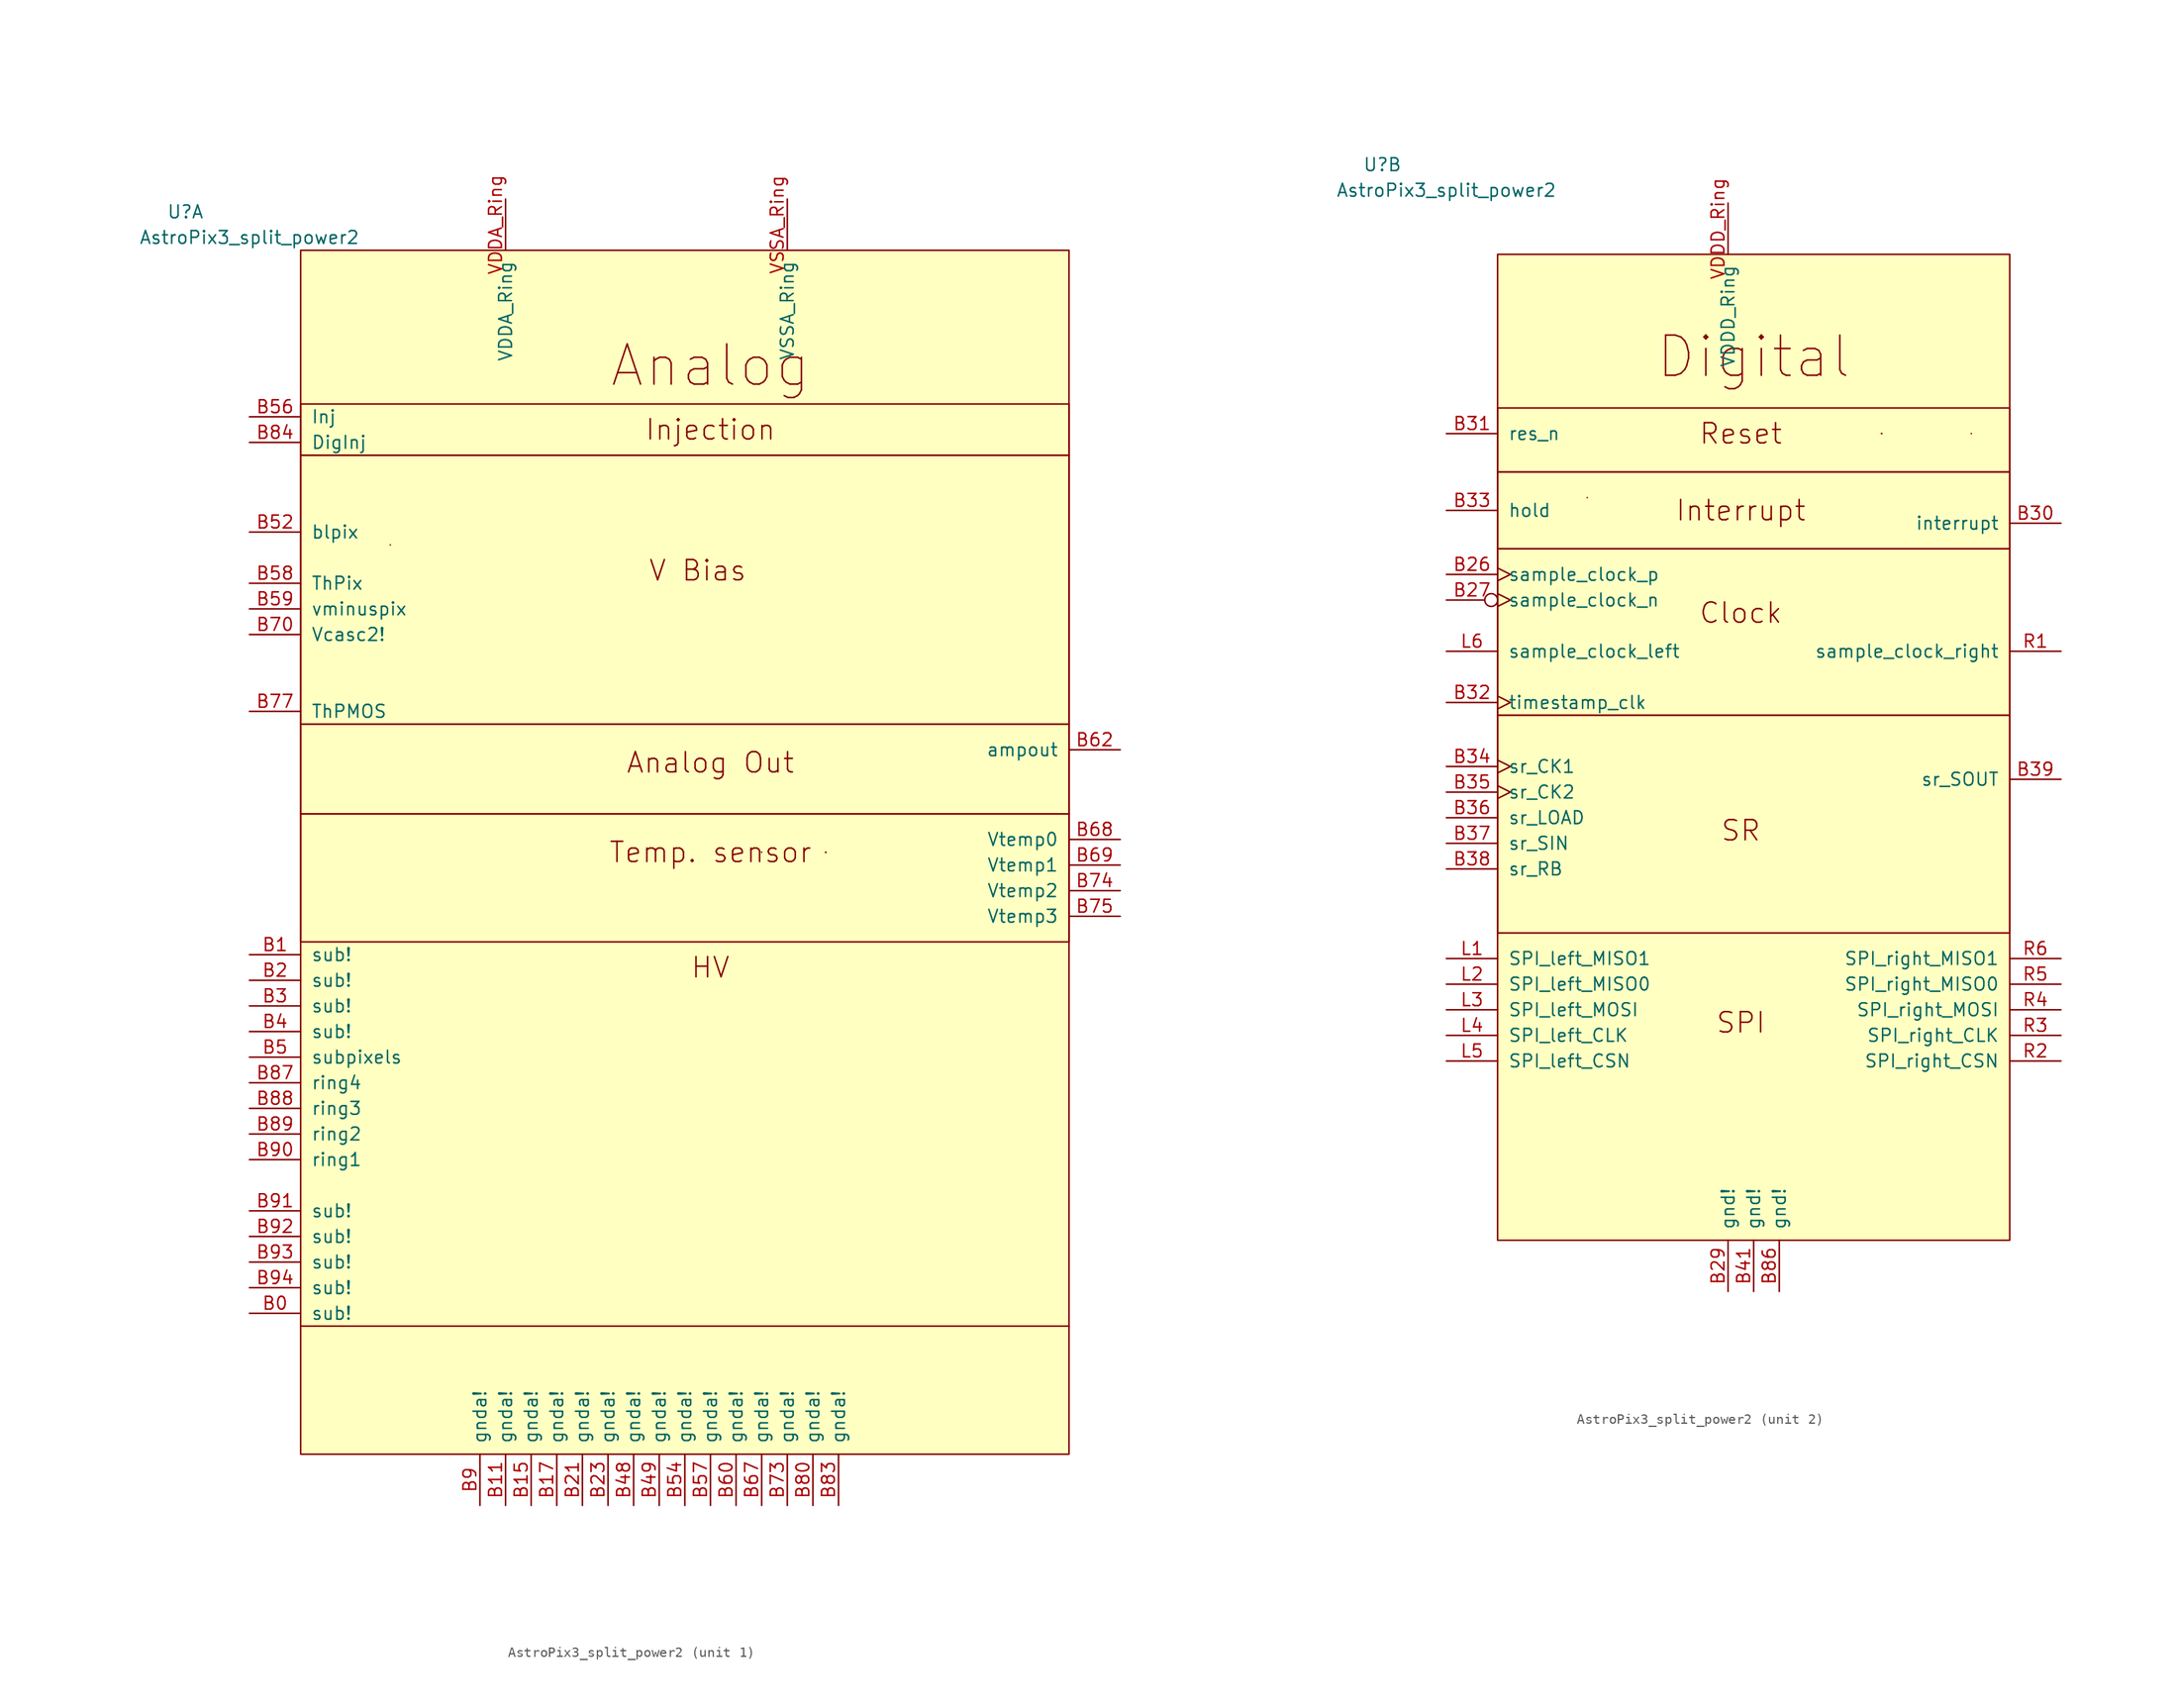
<source format=kicad_sym>
(kicad_symbol_lib
  (version 20220914)
  (generator kicad_symbol_editor)
  (symbol "AstroPix3_split_power2"
    (pin_names
      (offset 1.016))
    (property "Reference" "U"
      (at -36.83 40.64 0)
      (effects (font (size 1.27 1.27))))
    (property "Value" "AstroPix3_split_power2"
      (at -30.48 38.1 0)
      (effects (font (size 1.27 1.27))))
    (property "ki_locked" ""
      (at 0 0 0)
      (effects (font (size 1.27 1.27))))
    (symbol "AstroPix3_split_power2_0_1"
      (polyline (pts (xy -16.51 7.62) (xy -16.51 7.62)) (stroke (width 0) (type default)) (fill (type none))))
    (symbol "AstroPix3_split_power2_1_1"
      (rectangle (start -25.4 -19.05) (end 50.8 -31.75) (stroke (width 0) (type default)) (fill (type none)))
      (rectangle (start -25.4 -10.16) (end 50.8 -19.05) (stroke (width 0) (type default)) (fill (type none)))
      (rectangle (start -25.4 16.51) (end 50.8 -10.16) (stroke (width 0) (type default)) (fill (type none)))
      (rectangle (start -25.4 21.59) (end 50.8 16.51) (stroke (width 0) (type default)) (fill (type none)))
      (rectangle (start -25.4 36.83) (end 50.8 -82.55) (stroke (width 0) (type default)) (fill (type background)))
      (polyline (pts (xy -25.4 -69.85) (xy 50.8 -69.85)) (stroke (width 0) (type default)) (fill (type none)))
      (polyline (pts (xy 20.32 -22.86) (xy 20.32 -22.86)) (stroke (width 0) (type default)) (fill (type none)))
      (polyline (pts (xy 26.67 -22.86) (xy 26.67 -22.86)) (stroke (width 0) (type default)) (fill (type none)))
      (polyline (pts (xy 26.67 -22.86) (xy 26.67 -22.86)) (stroke (width 0) (type default)) (fill (type none)))
      (polyline (pts (xy 26.67 -22.86) (xy 26.67 -22.86)) (stroke (width 0) (type default)) (fill (type none)))
      (polyline (pts (xy 26.67 -22.86) (xy 26.67 -22.86)) (stroke (width 0) (type default)) (fill (type none)))
      (polyline (pts (xy 26.67 -22.86) (xy 26.67 -22.86)) (stroke (width 0) (type default)) (fill (type none)))
      (text "Analog" (at 15.24 25.4 0) (effects (font (size 3.988 3.988))))
      (text "Analog Out" (at 15.24 -13.97 0) (effects (font (size 2.007 2.007))))
      (text "HV" (at 15.24 -34.29 0) (effects (font (size 2.007 2.007))))
      (text "Injection" (at 15.24 19.05 0) (effects (font (size 2.007 2.007))))
      (text "Temp. sensor" (at 15.24 -22.86 0) (effects (font (size 2.007 2.007))))
      (text "V Bias" (at 13.97 5.08 0) (effects (font (size 2.007 2.007))))
      (pin power_in line (at -30.48 -68.58 0) (length 5.08) (name "sub!" (effects (font (size 1.27 1.27)))) (number "B0" (effects (font (size 1.27 1.27)))))
      (pin power_in line (at -30.48 -33.02 0) (length 5.08) (name "sub!" (effects (font (size 1.27 1.27)))) (number "B1" (effects (font (size 1.27 1.27)))))
      (pin power_in line (at -5.08 -87.63 90) (length 5.08) (name "gnda!" (effects (font (size 1.27 1.27)))) (number "B11" (effects (font (size 1.27 1.27)))))
      (pin power_in line (at -2.54 -87.63 90) (length 5.08) (name "gnda!" (effects (font (size 1.27 1.27)))) (number "B15" (effects (font (size 1.27 1.27)))))
      (pin power_in line (at 0 -87.63 90) (length 5.08) (name "gnda!" (effects (font (size 1.27 1.27)))) (number "B17" (effects (font (size 1.27 1.27)))))
      (pin power_in line (at -30.48 -35.56 0) (length 5.08) (name "sub!" (effects (font (size 1.27 1.27)))) (number "B2" (effects (font (size 1.27 1.27)))))
      (pin power_in line (at 2.54 -87.63 90) (length 5.08) (name "gnda!" (effects (font (size 1.27 1.27)))) (number "B21" (effects (font (size 1.27 1.27)))))
      (pin power_in line (at 5.08 -87.63 90) (length 5.08) (name "gnda!" (effects (font (size 1.27 1.27)))) (number "B23" (effects (font (size 1.27 1.27)))))
      (pin power_in line (at -30.48 -38.1 0) (length 5.08) (name "sub!" (effects (font (size 1.27 1.27)))) (number "B3" (effects (font (size 1.27 1.27)))))
      (pin power_in line (at -30.48 -40.64 0) (length 5.08) (name "sub!" (effects (font (size 1.27 1.27)))) (number "B4" (effects (font (size 1.27 1.27)))))
      (pin power_in line (at 7.62 -87.63 90) (length 5.08) (name "gnda!" (effects (font (size 1.27 1.27)))) (number "B48" (effects (font (size 1.27 1.27)))))
      (pin power_in line (at 10.16 -87.63 90) (length 5.08) (name "gnda!" (effects (font (size 1.27 1.27)))) (number "B49" (effects (font (size 1.27 1.27)))))
      (pin power_in line (at -30.48 -43.18 0) (length 5.08) (name "subpixels" (effects (font (size 1.27 1.27)))) (number "B5" (effects (font (size 1.27 1.27)))))
      (pin input line (at -30.48 8.89 0) (length 5.08) (name "blpix" (effects (font (size 1.27 1.27)))) (number "B52" (effects (font (size 1.27 1.27)))))
      (pin power_in line (at 12.7 -87.63 90) (length 5.08) (name "gnda!" (effects (font (size 1.27 1.27)))) (number "B54" (effects (font (size 1.27 1.27)))))
      (pin input line (at -30.48 20.32 0) (length 5.08) (name "Inj" (effects (font (size 1.27 1.27)))) (number "B56" (effects (font (size 1.27 1.27)))))
      (pin power_in line (at 15.24 -87.63 90) (length 5.08) (name "gnda!" (effects (font (size 1.27 1.27)))) (number "B57" (effects (font (size 1.27 1.27)))))
      (pin input line (at -30.48 3.81 0) (length 5.08) (name "ThPix" (effects (font (size 1.27 1.27)))) (number "B58" (effects (font (size 1.27 1.27)))))
      (pin input line (at -30.48 1.27 0) (length 5.08) (name "vminuspix" (effects (font (size 1.27 1.27)))) (number "B59" (effects (font (size 1.27 1.27)))))
      (pin power_in line (at 17.78 -87.63 90) (length 5.08) (name "gnda!" (effects (font (size 1.27 1.27)))) (number "B60" (effects (font (size 1.27 1.27)))))
      (pin output line (at 55.88 -12.7 180) (length 5.08) (name "ampout" (effects (font (size 1.27 1.27)))) (number "B62" (effects (font (size 1.27 1.27)))))
      (pin power_in line (at 20.32 -87.63 90) (length 5.08) (name "gnda!" (effects (font (size 1.27 1.27)))) (number "B67" (effects (font (size 1.27 1.27)))))
      (pin output line (at 55.88 -21.59 180) (length 5.08) (name "Vtemp0" (effects (font (size 1.27 1.27)))) (number "B68" (effects (font (size 1.27 1.27)))))
      (pin output line (at 55.88 -24.13 180) (length 5.08) (name "Vtemp1" (effects (font (size 1.27 1.27)))) (number "B69" (effects (font (size 1.27 1.27)))))
      (pin input line (at -30.48 -1.27 0) (length 5.08) (name "Vcasc2!" (effects (font (size 1.27 1.27)))) (number "B70" (effects (font (size 1.27 1.27)))))
      (pin power_in line (at 22.86 -87.63 90) (length 5.08) (name "gnda!" (effects (font (size 1.27 1.27)))) (number "B73" (effects (font (size 1.27 1.27)))))
      (pin output line (at 55.88 -26.67 180) (length 5.08) (name "Vtemp2" (effects (font (size 1.27 1.27)))) (number "B74" (effects (font (size 1.27 1.27)))))
      (pin output line (at 55.88 -29.21 180) (length 5.08) (name "Vtemp3" (effects (font (size 1.27 1.27)))) (number "B75" (effects (font (size 1.27 1.27)))))
      (pin input line (at -30.48 -8.89 0) (length 5.08) (name "ThPMOS" (effects (font (size 1.27 1.27)))) (number "B77" (effects (font (size 1.27 1.27)))))
      (pin power_in line (at 25.4 -87.63 90) (length 5.08) (name "gnda!" (effects (font (size 1.27 1.27)))) (number "B80" (effects (font (size 1.27 1.27)))))
      (pin power_in line (at 27.94 -87.63 90) (length 5.08) (name "gnda!" (effects (font (size 1.27 1.27)))) (number "B83" (effects (font (size 1.27 1.27)))))
      (pin input line (at -30.48 17.78 0) (length 5.08) (name "DigInj" (effects (font (size 1.27 1.27)))) (number "B84" (effects (font (size 1.27 1.27)))))
      (pin input line (at -30.48 -45.72 0) (length 5.08) (name "ring4" (effects (font (size 1.27 1.27)))) (number "B87" (effects (font (size 1.27 1.27)))))
      (pin input line (at -30.48 -48.26 0) (length 5.08) (name "ring3" (effects (font (size 1.27 1.27)))) (number "B88" (effects (font (size 1.27 1.27)))))
      (pin input line (at -30.48 -50.8 0) (length 5.08) (name "ring2" (effects (font (size 1.27 1.27)))) (number "B89" (effects (font (size 1.27 1.27)))))
      (pin power_in line (at -7.62 -87.63 90) (length 5.08) (name "gnda!" (effects (font (size 1.27 1.27)))) (number "B9" (effects (font (size 1.27 1.27)))))
      (pin input line (at -30.48 -53.34 0) (length 5.08) (name "ring1" (effects (font (size 1.27 1.27)))) (number "B90" (effects (font (size 1.27 1.27)))))
      (pin power_in line (at -30.48 -58.42 0) (length 5.08) (name "sub!" (effects (font (size 1.27 1.27)))) (number "B91" (effects (font (size 1.27 1.27)))))
      (pin power_in line (at -30.48 -60.96 0) (length 5.08) (name "sub!" (effects (font (size 1.27 1.27)))) (number "B92" (effects (font (size 1.27 1.27)))))
      (pin power_in line (at -30.48 -63.5 0) (length 5.08) (name "sub!" (effects (font (size 1.27 1.27)))) (number "B93" (effects (font (size 1.27 1.27)))))
      (pin power_in line (at -30.48 -66.04 0) (length 5.08) (name "sub!" (effects (font (size 1.27 1.27)))) (number "B94" (effects (font (size 1.27 1.27)))))
      (pin power_in line (at -5.08 41.91 270) (length 5.08) (name "VDDA_Ring" (effects (font (size 1.27 1.27)))) (number "VDDA_Ring" (effects (font (size 1.27 1.27)))))
      (pin power_in line (at 22.86 41.91 270) (length 5.08) (name "VSSA_Ring" (effects (font (size 1.27 1.27)))) (number "VSSA_Ring" (effects (font (size 1.27 1.27))))))
    (symbol "AstroPix3_split_power2_2_1"
      (rectangle (start -25.4 -13.97) (end 25.4 -35.56) (stroke (width 0) (type default)) (fill (type none)))
      (rectangle (start -25.4 2.54) (end 25.4 -13.97) (stroke (width 0) (type default)) (fill (type none)))
      (rectangle (start -25.4 2.54) (end 25.4 10.16) (stroke (width 0) (type default)) (fill (type none)))
      (rectangle (start -25.4 16.51) (end 25.4 10.16) (stroke (width 0) (type default)) (fill (type none)))
      (rectangle (start -25.4 31.75) (end 25.4 -66.04) (stroke (width 0) (type default)) (fill (type background)))
      (polyline (pts (xy 12.7 13.97) (xy 12.7 13.97)) (stroke (width 0) (type default)) (fill (type none)))
      (polyline (pts (xy 12.7 13.97) (xy 12.7 13.97)) (stroke (width 0) (type default)) (fill (type none)))
      (polyline (pts (xy 12.7 13.97) (xy 12.7 13.97)) (stroke (width 0) (type default)) (fill (type none)))
      (polyline (pts (xy 12.7 13.97) (xy 12.7 13.97)) (stroke (width 0) (type default)) (fill (type none)))
      (polyline (pts (xy 12.7 13.97) (xy 12.7 13.97)) (stroke (width 0) (type default)) (fill (type none)))
      (polyline (pts (xy 21.59 13.97) (xy 21.59 13.97)) (stroke (width 0) (type default)) (fill (type none)))
      (text "Clock" (at -1.27 -3.81 0) (effects (font (size 2.007 2.007))))
      (text "Digital" (at 0 21.59 0) (effects (font (size 3.988 3.988))))
      (text "Interrupt" (at -1.27 6.35 0) (effects (font (size 2.007 2.007))))
      (text "Reset" (at -1.27 13.97 0) (effects (font (size 2.007 2.007))))
      (text "SPI" (at -1.27 -44.45 0) (effects (font (size 2.007 2.007))))
      (text "SR" (at -1.27 -25.4 0) (effects (font (size 2.007 2.007))))
      (pin input clock (at -30.48 0 0) (length 5.08) (name "sample_clock_p" (effects (font (size 1.27 1.27)))) (number "B26" (effects (font (size 1.27 1.27)))))
      (pin input inverted_clock (at -30.48 -2.54 0) (length 5.08) (name "sample_clock_n" (effects (font (size 1.27 1.27)))) (number "B27" (effects (font (size 1.27 1.27)))))
      (pin power_in line (at -2.54 -71.12 90) (length 5.08) (name "gnd!" (effects (font (size 1.27 1.27)))) (number "B29" (effects (font (size 1.27 1.27)))))
      (pin open_collector line (at 30.48 5.08 180) (length 5.08) (name "interrupt" (effects (font (size 1.27 1.27)))) (number "B30" (effects (font (size 1.27 1.27)))))
      (pin input line (at -30.48 13.97 0) (length 5.08) (name "res_n" (effects (font (size 1.27 1.27)))) (number "B31" (effects (font (size 1.27 1.27)))))
      (pin input clock (at -30.48 -12.7 0) (length 5.08) (name "timestamp_clk" (effects (font (size 1.27 1.27)))) (number "B32" (effects (font (size 1.27 1.27)))))
      (pin input line (at -30.48 6.35 0) (length 5.08) (name "hold" (effects (font (size 1.27 1.27)))) (number "B33" (effects (font (size 1.27 1.27)))))
      (pin input clock (at -30.48 -19.05 0) (length 5.08) (name "sr_CK1" (effects (font (size 1.27 1.27)))) (number "B34" (effects (font (size 1.27 1.27)))))
      (pin input clock (at -30.48 -21.59 0) (length 5.08) (name "sr_CK2" (effects (font (size 1.27 1.27)))) (number "B35" (effects (font (size 1.27 1.27)))))
      (pin input line (at -30.48 -24.13 0) (length 5.08) (name "sr_LOAD" (effects (font (size 1.27 1.27)))) (number "B36" (effects (font (size 1.27 1.27)))))
      (pin input line (at -30.48 -26.67 0) (length 5.08) (name "sr_SIN" (effects (font (size 1.27 1.27)))) (number "B37" (effects (font (size 1.27 1.27)))))
      (pin input line (at -30.48 -29.21 0) (length 5.08) (name "sr_RB" (effects (font (size 1.27 1.27)))) (number "B38" (effects (font (size 1.27 1.27)))))
      (pin output line (at 30.48 -20.32 180) (length 5.08) (name "sr_SOUT" (effects (font (size 1.27 1.27)))) (number "B39" (effects (font (size 1.27 1.27)))))
      (pin power_in line (at 0 -71.12 90) (length 5.08) (name "gnd!" (effects (font (size 1.27 1.27)))) (number "B41" (effects (font (size 1.27 1.27)))))
      (pin power_in line (at 2.54 -71.12 90) (length 5.08) (name "gnd!" (effects (font (size 1.27 1.27)))) (number "B86" (effects (font (size 1.27 1.27)))))
      (pin output line (at -30.48 -38.1 0) (length 5.08) (name "SPI_left_MISO1" (effects (font (size 1.27 1.27)))) (number "L1" (effects (font (size 1.27 1.27)))))
      (pin output line (at -30.48 -40.64 0) (length 5.08) (name "SPI_left_MISO0" (effects (font (size 1.27 1.27)))) (number "L2" (effects (font (size 1.27 1.27)))))
      (pin input line (at -30.48 -43.18 0) (length 5.08) (name "SPI_left_MOSI" (effects (font (size 1.27 1.27)))) (number "L3" (effects (font (size 1.27 1.27)))))
      (pin input line (at -30.48 -45.72 0) (length 5.08) (name "SPI_left_CLK" (effects (font (size 1.27 1.27)))) (number "L4" (effects (font (size 1.27 1.27)))))
      (pin output line (at -30.48 -48.26 0) (length 5.08) (name "SPI_left_CSN" (effects (font (size 1.27 1.27)))) (number "L5" (effects (font (size 1.27 1.27)))))
      (pin input line (at -30.48 -7.62 0) (length 5.08) (name "sample_clock_left" (effects (font (size 1.27 1.27)))) (number "L6" (effects (font (size 1.27 1.27)))))
      (pin output line (at 30.48 -7.62 180) (length 5.08) (name "sample_clock_right" (effects (font (size 1.27 1.27)))) (number "R1" (effects (font (size 1.27 1.27)))))
      (pin input line (at 30.48 -48.26 180) (length 5.08) (name "SPI_right_CSN" (effects (font (size 1.27 1.27)))) (number "R2" (effects (font (size 1.27 1.27)))))
      (pin output line (at 30.48 -45.72 180) (length 5.08) (name "SPI_right_CLK" (effects (font (size 1.27 1.27)))) (number "R3" (effects (font (size 1.27 1.27)))))
      (pin output line (at 30.48 -43.18 180) (length 5.08) (name "SPI_right_MOSI" (effects (font (size 1.27 1.27)))) (number "R4" (effects (font (size 1.27 1.27)))))
      (pin input line (at 30.48 -40.64 180) (length 5.08) (name "SPI_right_MISO0" (effects (font (size 1.27 1.27)))) (number "R5" (effects (font (size 1.27 1.27)))))
      (pin input line (at 30.48 -38.1 180) (length 5.08) (name "SPI_right_MISO1" (effects (font (size 1.27 1.27)))) (number "R6" (effects (font (size 1.27 1.27)))))
      (pin power_in line (at -2.54 36.83 270) (length 5.08) (name "VDDD_Ring" (effects (font (size 1.27 1.27)))) (number "VDDD_Ring" (effects (font (size 1.27 1.27))))))))
</source>
